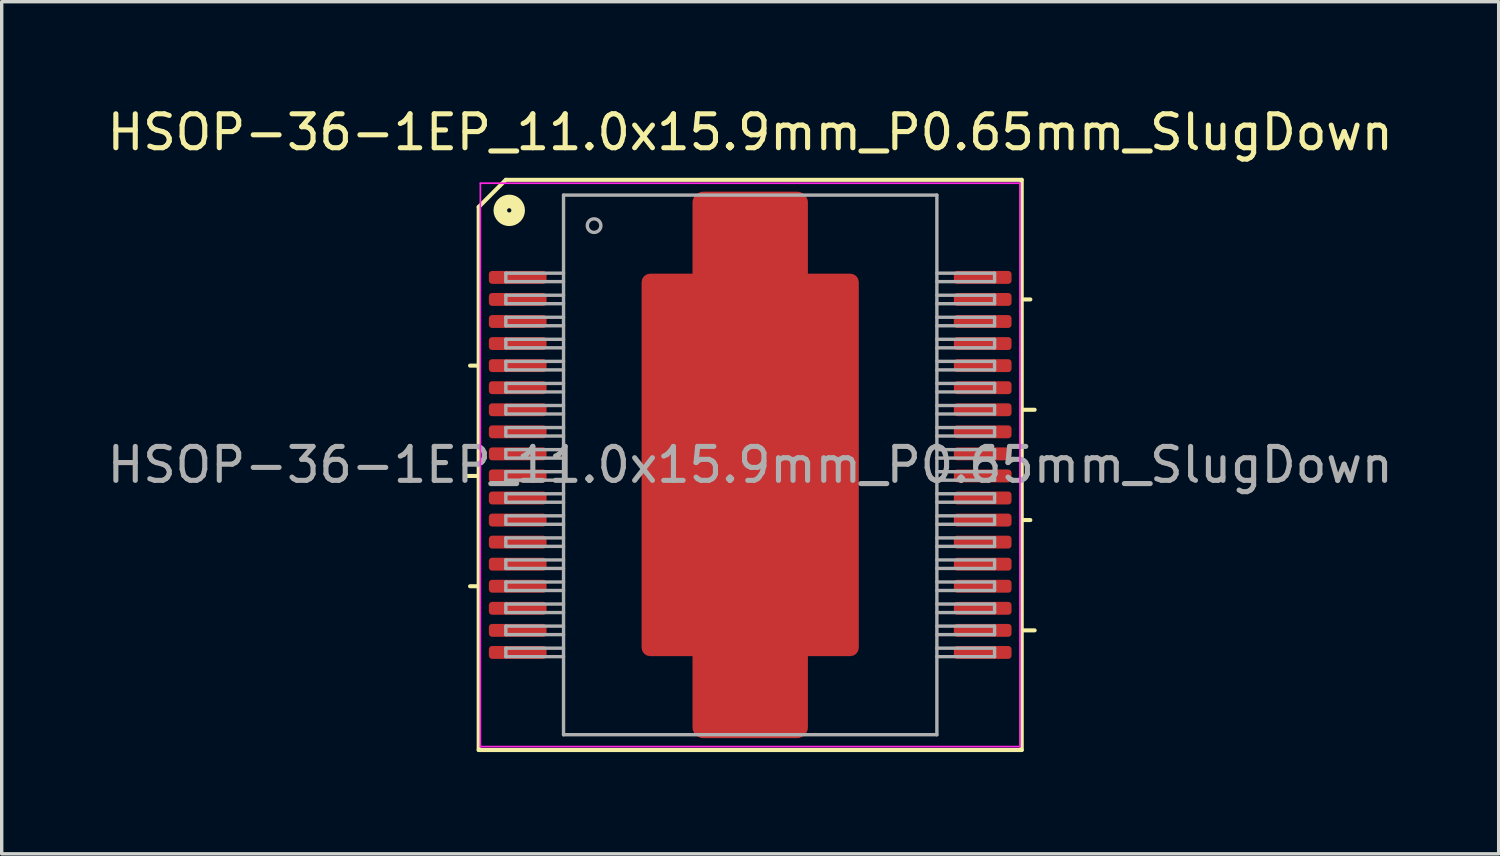
<source format=kicad_pcb>
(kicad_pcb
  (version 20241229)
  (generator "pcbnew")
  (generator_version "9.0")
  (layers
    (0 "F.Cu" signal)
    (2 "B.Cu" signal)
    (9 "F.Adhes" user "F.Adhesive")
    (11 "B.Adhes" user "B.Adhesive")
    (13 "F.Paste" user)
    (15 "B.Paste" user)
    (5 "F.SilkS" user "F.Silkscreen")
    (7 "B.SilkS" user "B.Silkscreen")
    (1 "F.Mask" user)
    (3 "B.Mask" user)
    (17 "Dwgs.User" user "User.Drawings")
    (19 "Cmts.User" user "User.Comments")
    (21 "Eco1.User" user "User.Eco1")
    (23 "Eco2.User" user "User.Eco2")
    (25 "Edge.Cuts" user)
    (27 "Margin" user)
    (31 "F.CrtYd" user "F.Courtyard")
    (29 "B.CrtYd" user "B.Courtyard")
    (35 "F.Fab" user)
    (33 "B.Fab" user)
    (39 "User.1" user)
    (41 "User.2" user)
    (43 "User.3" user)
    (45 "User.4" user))
  (footprint "HSOP-36-1EP_11.0x15.9mm_P0.65mm_SlugDown"
    (layer "F.Cu")
    (at 19.054 10.648)
    (property "Reference" "HSOP-36-1EP_11.0x15.9mm_P0.65mm_SlugDown" (at 0 -9.8 0) (layer "F.SilkS") (effects (font (size 1 1) (thickness 0.15))))
    (attr smd)
    (fp_line (start -8 -7.6) (end -8 8.4) (stroke (width 0.12) (type solid)) (layer "F.SilkS"))
    (fp_line (start -8 -7.6) (end -7.2 -8.4) (stroke (width 0.12) (type solid)) (layer "F.SilkS"))
    (fp_line (start -8 -2.925) (end -8.254 -2.925) (stroke (width 0.12) (type solid)) (layer "F.SilkS"))
    (fp_line (start -8 0.325) (end -8.381 0.325) (stroke (width 0.12) (type solid)) (layer "F.SilkS"))
    (fp_line (start -8 3.575) (end -8.254 3.575) (stroke (width 0.12) (type solid)) (layer "F.SilkS"))
    (fp_line (start -8 8.4) (end 8 8.4) (stroke (width 0.12) (type solid)) (layer "F.SilkS"))
    (fp_line (start 8 -8.4) (end -7.2 -8.4) (stroke (width 0.12) (type solid)) (layer "F.SilkS"))
    (fp_line (start 8 -4.875) (end 8.254 -4.875) (stroke (width 0.12) (type solid)) (layer "F.SilkS"))
    (fp_line (start 8 -1.625) (end 8.381 -1.625) (stroke (width 0.12) (type solid)) (layer "F.SilkS"))
    (fp_line (start 8 1.625) (end 8.254 1.625) (stroke (width 0.12) (type solid)) (layer "F.SilkS"))
    (fp_line (start 8 4.875) (end 8.381 4.875) (stroke (width 0.12) (type solid)) (layer "F.SilkS"))
    (fp_line (start 8 8.4) (end 8 -8.4) (stroke (width 0.12) (type solid)) (layer "F.SilkS"))
    (fp_circle (center -7.1 -7.5) (end -7.037 -7.5) (stroke (width 0.4) (type solid)) (fill no) (layer "F.SilkS"))
    (fp_line (start -7.95 -8.3) (end -7.95 8.3) (stroke (width 0.05) (type solid)) (layer "F.CrtYd"))
    (fp_line (start -7.95 -8.3) (end 7.95 -8.3) (stroke (width 0.05) (type solid)) (layer "F.CrtYd"))
    (fp_line (start 7.95 8.3) (end -7.95 8.3) (stroke (width 0.05) (type solid)) (layer "F.CrtYd"))
    (fp_line (start 7.95 8.3) (end 7.95 -8.3) (stroke (width 0.05) (type solid)) (layer "F.CrtYd"))
    (fp_line (start -7.2 -5.65) (end -7.2 -5.4) (stroke (width 0.1) (type solid)) (layer "F.Fab"))
    (fp_line (start -7.2 -5.65) (end -5.5 -5.65) (stroke (width 0.1) (type solid)) (layer "F.Fab"))
    (fp_line (start -7.2 -5.4) (end -5.5 -5.4) (stroke (width 0.1) (type solid)) (layer "F.Fab"))
    (fp_line (start -7.2 -5) (end -7.2 -4.75) (stroke (width 0.1) (type solid)) (layer "F.Fab"))
    (fp_line (start -7.2 -5) (end -5.5 -5) (stroke (width 0.1) (type solid)) (layer "F.Fab"))
    (fp_line (start -7.2 -4.75) (end -5.5 -4.75) (stroke (width 0.1) (type solid)) (layer "F.Fab"))
    (fp_line (start -7.2 -4.35) (end -7.2 -4.1) (stroke (width 0.1) (type solid)) (layer "F.Fab"))
    (fp_line (start -7.2 -4.35) (end -5.5 -4.35) (stroke (width 0.1) (type solid)) (layer "F.Fab"))
    (fp_line (start -7.2 -4.1) (end -5.5 -4.1) (stroke (width 0.1) (type solid)) (layer "F.Fab"))
    (fp_line (start -7.2 -3.7) (end -7.2 -3.45) (stroke (width 0.1) (type solid)) (layer "F.Fab"))
    (fp_line (start -7.2 -3.7) (end -5.5 -3.7) (stroke (width 0.1) (type solid)) (layer "F.Fab"))
    (fp_line (start -7.2 -3.45) (end -5.5 -3.45) (stroke (width 0.1) (type solid)) (layer "F.Fab"))
    (fp_line (start -7.2 -3.05) (end -7.2 -2.8) (stroke (width 0.1) (type solid)) (layer "F.Fab"))
    (fp_line (start -7.2 -3.05) (end -5.5 -3.05) (stroke (width 0.1) (type solid)) (layer "F.Fab"))
    (fp_line (start -7.2 -2.8) (end -5.5 -2.8) (stroke (width 0.1) (type solid)) (layer "F.Fab"))
    (fp_line (start -7.2 -2.4) (end -7.2 -2.15) (stroke (width 0.1) (type solid)) (layer "F.Fab"))
    (fp_line (start -7.2 -2.4) (end -5.5 -2.4) (stroke (width 0.1) (type solid)) (layer "F.Fab"))
    (fp_line (start -7.2 -2.15) (end -5.5 -2.15) (stroke (width 0.1) (type solid)) (layer "F.Fab"))
    (fp_line (start -7.2 -1.75) (end -7.2 -1.5) (stroke (width 0.1) (type solid)) (layer "F.Fab"))
    (fp_line (start -7.2 -1.75) (end -5.5 -1.75) (stroke (width 0.1) (type solid)) (layer "F.Fab"))
    (fp_line (start -7.2 -1.5) (end -5.5 -1.5) (stroke (width 0.1) (type solid)) (layer "F.Fab"))
    (fp_line (start -7.2 -1.1) (end -7.2 -0.85) (stroke (width 0.1) (type solid)) (layer "F.Fab"))
    (fp_line (start -7.2 -1.1) (end -5.5 -1.1) (stroke (width 0.1) (type solid)) (layer "F.Fab"))
    (fp_line (start -7.2 -0.85) (end -5.5 -0.85) (stroke (width 0.1) (type solid)) (layer "F.Fab"))
    (fp_line (start -7.2 -0.45) (end -7.2 -0.2) (stroke (width 0.1) (type solid)) (layer "F.Fab"))
    (fp_line (start -7.2 -0.45) (end -5.5 -0.45) (stroke (width 0.1) (type solid)) (layer "F.Fab"))
    (fp_line (start -7.2 -0.2) (end -5.5 -0.2) (stroke (width 0.1) (type solid)) (layer "F.Fab"))
    (fp_line (start -7.2 0.2) (end -7.2 0.45) (stroke (width 0.1) (type solid)) (layer "F.Fab"))
    (fp_line (start -7.2 0.2) (end -5.5 0.2) (stroke (width 0.1) (type solid)) (layer "F.Fab"))
    (fp_line (start -7.2 0.45) (end -5.5 0.45) (stroke (width 0.1) (type solid)) (layer "F.Fab"))
    (fp_line (start -7.2 0.85) (end -7.2 1.1) (stroke (width 0.1) (type solid)) (layer "F.Fab"))
    (fp_line (start -7.2 0.85) (end -5.5 0.85) (stroke (width 0.1) (type solid)) (layer "F.Fab"))
    (fp_line (start -7.2 1.1) (end -5.5 1.1) (stroke (width 0.1) (type solid)) (layer "F.Fab"))
    (fp_line (start -7.2 1.5) (end -7.2 1.75) (stroke (width 0.1) (type solid)) (layer "F.Fab"))
    (fp_line (start -7.2 1.5) (end -5.5 1.5) (stroke (width 0.1) (type solid)) (layer "F.Fab"))
    (fp_line (start -7.2 1.75) (end -5.5 1.75) (stroke (width 0.1) (type solid)) (layer "F.Fab"))
    (fp_line (start -7.2 2.15) (end -7.2 2.4) (stroke (width 0.1) (type solid)) (layer "F.Fab"))
    (fp_line (start -7.2 2.15) (end -5.5 2.15) (stroke (width 0.1) (type solid)) (layer "F.Fab"))
    (fp_line (start -7.2 2.4) (end -5.5 2.4) (stroke (width 0.1) (type solid)) (layer "F.Fab"))
    (fp_line (start -7.2 2.8) (end -7.2 3.05) (stroke (width 0.1) (type solid)) (layer "F.Fab"))
    (fp_line (start -7.2 2.8) (end -5.5 2.8) (stroke (width 0.1) (type solid)) (layer "F.Fab"))
    (fp_line (start -7.2 3.05) (end -5.5 3.05) (stroke (width 0.1) (type solid)) (layer "F.Fab"))
    (fp_line (start -7.2 3.45) (end -7.2 3.7) (stroke (width 0.1) (type solid)) (layer "F.Fab"))
    (fp_line (start -7.2 3.45) (end -5.5 3.45) (stroke (width 0.1) (type solid)) (layer "F.Fab"))
    (fp_line (start -7.2 3.7) (end -5.5 3.7) (stroke (width 0.1) (type solid)) (layer "F.Fab"))
    (fp_line (start -7.2 4.1) (end -7.2 4.35) (stroke (width 0.1) (type solid)) (layer "F.Fab"))
    (fp_line (start -7.2 4.1) (end -5.5 4.1) (stroke (width 0.1) (type solid)) (layer "F.Fab"))
    (fp_line (start -7.2 4.35) (end -5.5 4.35) (stroke (width 0.1) (type solid)) (layer "F.Fab"))
    (fp_line (start -7.2 4.75) (end -7.2 5) (stroke (width 0.1) (type solid)) (layer "F.Fab"))
    (fp_line (start -7.2 4.75) (end -5.5 4.75) (stroke (width 0.1) (type solid)) (layer "F.Fab"))
    (fp_line (start -7.2 5) (end -5.5 5) (stroke (width 0.1) (type solid)) (layer "F.Fab"))
    (fp_line (start -7.2 5.4) (end -7.2 5.65) (stroke (width 0.1) (type solid)) (layer "F.Fab"))
    (fp_line (start -7.2 5.4) (end -5.5 5.4) (stroke (width 0.1) (type solid)) (layer "F.Fab"))
    (fp_line (start -7.2 5.65) (end -5.5 5.65) (stroke (width 0.1) (type solid)) (layer "F.Fab"))
    (fp_line (start -5.5 -7.95) (end -5.5 7.95) (stroke (width 0.1) (type solid)) (layer "F.Fab"))
    (fp_line (start -5.5 7.95) (end 5.5 7.95) (stroke (width 0.1) (type solid)) (layer "F.Fab"))
    (fp_line (start 5.5 -7.95) (end -5.5 -7.95) (stroke (width 0.1) (type solid)) (layer "F.Fab"))
    (fp_line (start 5.5 7.95) (end 5.5 -7.95) (stroke (width 0.1) (type solid)) (layer "F.Fab"))
    (fp_line (start 7.2 -5.65) (end 5.5 -5.65) (stroke (width 0.1) (type solid)) (layer "F.Fab"))
    (fp_line (start 7.2 -5.4) (end 5.5 -5.4) (stroke (width 0.1) (type solid)) (layer "F.Fab"))
    (fp_line (start 7.2 -5.4) (end 7.2 -5.65) (stroke (width 0.1) (type solid)) (layer "F.Fab"))
    (fp_line (start 7.2 -5) (end 5.5 -5) (stroke (width 0.1) (type solid)) (layer "F.Fab"))
    (fp_line (start 7.2 -4.75) (end 5.5 -4.75) (stroke (width 0.1) (type solid)) (layer "F.Fab"))
    (fp_line (start 7.2 -4.75) (end 7.2 -5) (stroke (width 0.1) (type solid)) (layer "F.Fab"))
    (fp_line (start 7.2 -4.35) (end 5.5 -4.35) (stroke (width 0.1) (type solid)) (layer "F.Fab"))
    (fp_line (start 7.2 -4.1) (end 5.5 -4.1) (stroke (width 0.1) (type solid)) (layer "F.Fab"))
    (fp_line (start 7.2 -4.1) (end 7.2 -4.35) (stroke (width 0.1) (type solid)) (layer "F.Fab"))
    (fp_line (start 7.2 -3.7) (end 5.5 -3.7) (stroke (width 0.1) (type solid)) (layer "F.Fab"))
    (fp_line (start 7.2 -3.45) (end 5.5 -3.45) (stroke (width 0.1) (type solid)) (layer "F.Fab"))
    (fp_line (start 7.2 -3.45) (end 7.2 -3.7) (stroke (width 0.1) (type solid)) (layer "F.Fab"))
    (fp_line (start 7.2 -3.05) (end 5.5 -3.05) (stroke (width 0.1) (type solid)) (layer "F.Fab"))
    (fp_line (start 7.2 -2.8) (end 5.5 -2.8) (stroke (width 0.1) (type solid)) (layer "F.Fab"))
    (fp_line (start 7.2 -2.8) (end 7.2 -3.05) (stroke (width 0.1) (type solid)) (layer "F.Fab"))
    (fp_line (start 7.2 -2.4) (end 5.5 -2.4) (stroke (width 0.1) (type solid)) (layer "F.Fab"))
    (fp_line (start 7.2 -2.15) (end 5.5 -2.15) (stroke (width 0.1) (type solid)) (layer "F.Fab"))
    (fp_line (start 7.2 -2.15) (end 7.2 -2.4) (stroke (width 0.1) (type solid)) (layer "F.Fab"))
    (fp_line (start 7.2 -1.75) (end 5.5 -1.75) (stroke (width 0.1) (type solid)) (layer "F.Fab"))
    (fp_line (start 7.2 -1.5) (end 5.5 -1.5) (stroke (width 0.1) (type solid)) (layer "F.Fab"))
    (fp_line (start 7.2 -1.5) (end 7.2 -1.75) (stroke (width 0.1) (type solid)) (layer "F.Fab"))
    (fp_line (start 7.2 -1.1) (end 5.5 -1.1) (stroke (width 0.1) (type solid)) (layer "F.Fab"))
    (fp_line (start 7.2 -0.85) (end 5.5 -0.85) (stroke (width 0.1) (type solid)) (layer "F.Fab"))
    (fp_line (start 7.2 -0.85) (end 7.2 -1.1) (stroke (width 0.1) (type solid)) (layer "F.Fab"))
    (fp_line (start 7.2 -0.45) (end 5.5 -0.45) (stroke (width 0.1) (type solid)) (layer "F.Fab"))
    (fp_line (start 7.2 -0.2) (end 5.5 -0.2) (stroke (width 0.1) (type solid)) (layer "F.Fab"))
    (fp_line (start 7.2 -0.2) (end 7.2 -0.45) (stroke (width 0.1) (type solid)) (layer "F.Fab"))
    (fp_line (start 7.2 0.2) (end 5.5 0.2) (stroke (width 0.1) (type solid)) (layer "F.Fab"))
    (fp_line (start 7.2 0.45) (end 5.5 0.45) (stroke (width 0.1) (type solid)) (layer "F.Fab"))
    (fp_line (start 7.2 0.45) (end 7.2 0.2) (stroke (width 0.1) (type solid)) (layer "F.Fab"))
    (fp_line (start 7.2 0.85) (end 5.5 0.85) (stroke (width 0.1) (type solid)) (layer "F.Fab"))
    (fp_line (start 7.2 1.1) (end 5.5 1.1) (stroke (width 0.1) (type solid)) (layer "F.Fab"))
    (fp_line (start 7.2 1.1) (end 7.2 0.85) (stroke (width 0.1) (type solid)) (layer "F.Fab"))
    (fp_line (start 7.2 1.5) (end 5.5 1.5) (stroke (width 0.1) (type solid)) (layer "F.Fab"))
    (fp_line (start 7.2 1.75) (end 5.5 1.75) (stroke (width 0.1) (type solid)) (layer "F.Fab"))
    (fp_line (start 7.2 1.75) (end 7.2 1.5) (stroke (width 0.1) (type solid)) (layer "F.Fab"))
    (fp_line (start 7.2 2.15) (end 5.5 2.15) (stroke (width 0.1) (type solid)) (layer "F.Fab"))
    (fp_line (start 7.2 2.4) (end 5.5 2.4) (stroke (width 0.1) (type solid)) (layer "F.Fab"))
    (fp_line (start 7.2 2.4) (end 7.2 2.15) (stroke (width 0.1) (type solid)) (layer "F.Fab"))
    (fp_line (start 7.2 2.8) (end 5.5 2.8) (stroke (width 0.1) (type solid)) (layer "F.Fab"))
    (fp_line (start 7.2 3.05) (end 5.5 3.05) (stroke (width 0.1) (type solid)) (layer "F.Fab"))
    (fp_line (start 7.2 3.05) (end 7.2 2.8) (stroke (width 0.1) (type solid)) (layer "F.Fab"))
    (fp_line (start 7.2 3.45) (end 5.5 3.45) (stroke (width 0.1) (type solid)) (layer "F.Fab"))
    (fp_line (start 7.2 3.7) (end 5.5 3.7) (stroke (width 0.1) (type solid)) (layer "F.Fab"))
    (fp_line (start 7.2 3.7) (end 7.2 3.45) (stroke (width 0.1) (type solid)) (layer "F.Fab"))
    (fp_line (start 7.2 4.1) (end 5.5 4.1) (stroke (width 0.1) (type solid)) (layer "F.Fab"))
    (fp_line (start 7.2 4.35) (end 5.5 4.35) (stroke (width 0.1) (type solid)) (layer "F.Fab"))
    (fp_line (start 7.2 4.35) (end 7.2 4.1) (stroke (width 0.1) (type solid)) (layer "F.Fab"))
    (fp_line (start 7.2 4.75) (end 5.5 4.75) (stroke (width 0.1) (type solid)) (layer "F.Fab"))
    (fp_line (start 7.2 5) (end 5.5 5) (stroke (width 0.1) (type solid)) (layer "F.Fab"))
    (fp_line (start 7.2 5) (end 7.2 4.75) (stroke (width 0.1) (type solid)) (layer "F.Fab"))
    (fp_line (start 7.2 5.4) (end 5.5 5.4) (stroke (width 0.1) (type solid)) (layer "F.Fab"))
    (fp_line (start 7.2 5.65) (end 5.5 5.65) (stroke (width 0.1) (type solid)) (layer "F.Fab"))
    (fp_line (start 7.2 5.65) (end 7.2 5.4) (stroke (width 0.1) (type solid)) (layer "F.Fab"))
    (fp_circle (center -4.6 -7.05) (end -4.4 -7.05) (stroke (width 0.1) (type solid)) (fill no) (layer "F.Fab"))
    (fp_text user "${REFERENCE}" (at 0 0 0) (layer "F.Fab") (effects (font (size 1 1) (thickness 0.15))))
    (pad "" smd roundrect (at -2.4 -4.5) (size 1.3 1.5) (layers "F.Paste") (roundrect_rratio 0.167))
    (pad "" smd roundrect (at -2.4 -2.7) (size 1.3 1.5) (layers "F.Paste") (roundrect_rratio 0.167))
    (pad "" smd roundrect (at -2.4 -0.9) (size 1.3 1.5) (layers "F.Paste") (roundrect_rratio 0.167))
    (pad "" smd roundrect (at -2.4 0.9) (size 1.3 1.5) (layers "F.Paste") (roundrect_rratio 0.167))
    (pad "" smd roundrect (at -2.4 2.7) (size 1.3 1.5) (layers "F.Paste") (roundrect_rratio 0.167))
    (pad "" smd roundrect (at -2.4 4.5) (size 1.3 1.5) (layers "F.Paste") (roundrect_rratio 0.167))
    (pad "" smd roundrect (at -0.8 -7.6) (size 1.3 0.6) (layers "F.Paste") (roundrect_rratio 0.167))
    (pad "" smd roundrect (at -0.8 -6.3) (size 1.3 1.5) (layers "F.Paste") (roundrect_rratio 0.167))
    (pad "" smd roundrect (at -0.8 -4.5) (size 1.3 1.5) (layers "F.Paste") (roundrect_rratio 0.167))
    (pad "" smd roundrect (at -0.8 -2.7) (size 1.3 1.5) (layers "F.Paste") (roundrect_rratio 0.167))
    (pad "" smd roundrect (at -0.8 -0.9) (size 1.3 1.5) (layers "F.Paste") (roundrect_rratio 0.167))
    (pad "" smd roundrect (at -0.8 0.9) (size 1.3 1.5) (layers "F.Paste") (roundrect_rratio 0.167))
    (pad "" smd roundrect (at -0.8 2.7) (size 1.3 1.5) (layers "F.Paste") (roundrect_rratio 0.167))
    (pad "" smd roundrect (at -0.8 4.5) (size 1.3 1.5) (layers "F.Paste") (roundrect_rratio 0.167))
    (pad "" smd roundrect (at -0.8 6.3) (size 1.3 1.5) (layers "F.Paste") (roundrect_rratio 0.167))
    (pad "" smd roundrect (at -0.8 7.6) (size 1.3 0.6) (layers "F.Paste") (roundrect_rratio 0.167))
    (pad "" smd roundrect (at 0.8 -7.6) (size 1.3 0.6) (layers "F.Paste") (roundrect_rratio 0.167))
    (pad "" smd roundrect (at 0.8 -6.3) (size 1.3 1.5) (layers "F.Paste") (roundrect_rratio 0.167))
    (pad "" smd roundrect (at 0.8 -4.5) (size 1.3 1.5) (layers "F.Paste") (roundrect_rratio 0.167))
    (pad "" smd roundrect (at 0.8 -2.7) (size 1.3 1.5) (layers "F.Paste") (roundrect_rratio 0.167))
    (pad "" smd roundrect (at 0.8 -0.9) (size 1.3 1.5) (layers "F.Paste") (roundrect_rratio 0.167))
    (pad "" smd roundrect (at 0.8 0.9) (size 1.3 1.5) (layers "F.Paste") (roundrect_rratio 0.167))
    (pad "" smd roundrect (at 0.8 2.7) (size 1.3 1.5) (layers "F.Paste") (roundrect_rratio 0.167))
    (pad "" smd roundrect (at 0.8 4.5) (size 1.3 1.5) (layers "F.Paste") (roundrect_rratio 0.167))
    (pad "" smd roundrect (at 0.8 6.3) (size 1.3 1.5) (layers "F.Paste") (roundrect_rratio 0.167))
    (pad "" smd roundrect (at 0.8 7.6) (size 1.3 0.6) (layers "F.Paste") (roundrect_rratio 0.167))
    (pad "" smd roundrect (at 2.4 -4.5) (size 1.3 1.5) (layers "F.Paste") (roundrect_rratio 0.167))
    (pad "" smd roundrect (at 2.4 -2.7) (size 1.3 1.5) (layers "F.Paste") (roundrect_rratio 0.167))
    (pad "" smd roundrect (at 2.4 -0.9) (size 1.3 1.5) (layers "F.Paste") (roundrect_rratio 0.167))
    (pad "" smd roundrect (at 2.4 0.9) (size 1.3 1.5) (layers "F.Paste") (roundrect_rratio 0.167))
    (pad "" smd roundrect (at 2.4 2.7) (size 1.3 1.5) (layers "F.Paste") (roundrect_rratio 0.167))
    (pad "" smd roundrect (at 2.4 4.5) (size 1.3 1.5) (layers "F.Paste") (roundrect_rratio 0.167))
    (pad "1" smd roundrect (at -6.85 -5.525) (size 1.7 0.38) (layers "F.Cu" "F.Mask" "F.Paste") (roundrect_rratio 0.25))
    (pad "2" smd roundrect (at -6.85 -4.875) (size 1.7 0.38) (layers "F.Cu" "F.Mask" "F.Paste") (roundrect_rratio 0.25))
    (pad "3" smd roundrect (at -6.85 -4.225) (size 1.7 0.38) (layers "F.Cu" "F.Mask" "F.Paste") (roundrect_rratio 0.25))
    (pad "4" smd roundrect (at -6.85 -3.575) (size 1.7 0.38) (layers "F.Cu" "F.Mask" "F.Paste") (roundrect_rratio 0.25))
    (pad "5" smd roundrect (at -6.85 -2.925) (size 1.7 0.38) (layers "F.Cu" "F.Mask" "F.Paste") (roundrect_rratio 0.25))
    (pad "6" smd roundrect (at -6.85 -2.275) (size 1.7 0.38) (layers "F.Cu" "F.Mask" "F.Paste") (roundrect_rratio 0.25))
    (pad "7" smd roundrect (at -6.85 -1.625) (size 1.7 0.38) (layers "F.Cu" "F.Mask" "F.Paste") (roundrect_rratio 0.25))
    (pad "8" smd roundrect (at -6.85 -0.975) (size 1.7 0.38) (layers "F.Cu" "F.Mask" "F.Paste") (roundrect_rratio 0.25))
    (pad "9" smd roundrect (at -6.85 -0.325) (size 1.7 0.38) (layers "F.Cu" "F.Mask" "F.Paste") (roundrect_rratio 0.25))
    (pad "10" smd roundrect (at -6.85 0.325) (size 1.7 0.38) (layers "F.Cu" "F.Mask" "F.Paste") (roundrect_rratio 0.25))
    (pad "11" smd roundrect (at -6.85 0.975) (size 1.7 0.38) (layers "F.Cu" "F.Mask" "F.Paste") (roundrect_rratio 0.25))
    (pad "12" smd roundrect (at -6.85 1.625) (size 1.7 0.38) (layers "F.Cu" "F.Mask" "F.Paste") (roundrect_rratio 0.25))
    (pad "13" smd roundrect (at -6.85 2.275) (size 1.7 0.38) (layers "F.Cu" "F.Mask" "F.Paste") (roundrect_rratio 0.25))
    (pad "14" smd roundrect (at -6.85 2.925) (size 1.7 0.38) (layers "F.Cu" "F.Mask" "F.Paste") (roundrect_rratio 0.25))
    (pad "15" smd roundrect (at -6.85 3.575) (size 1.7 0.38) (layers "F.Cu" "F.Mask" "F.Paste") (roundrect_rratio 0.25))
    (pad "16" smd roundrect (at -6.85 4.225) (size 1.7 0.38) (layers "F.Cu" "F.Mask" "F.Paste") (roundrect_rratio 0.25))
    (pad "17" smd roundrect (at -6.85 4.875) (size 1.7 0.38) (layers "F.Cu" "F.Mask" "F.Paste") (roundrect_rratio 0.25))
    (pad "18" smd roundrect (at -6.85 5.525) (size 1.7 0.38) (layers "F.Cu" "F.Mask" "F.Paste") (roundrect_rratio 0.25))
    (pad "19" smd roundrect (at 6.85 5.525) (size 1.7 0.38) (layers "F.Cu" "F.Mask" "F.Paste") (roundrect_rratio 0.25))
    (pad "20" smd roundrect (at 6.85 4.875) (size 1.7 0.38) (layers "F.Cu" "F.Mask" "F.Paste") (roundrect_rratio 0.25))
    (pad "21" smd roundrect (at 6.85 4.225) (size 1.7 0.38) (layers "F.Cu" "F.Mask" "F.Paste") (roundrect_rratio 0.25))
    (pad "22" smd roundrect (at 6.85 3.575) (size 1.7 0.38) (layers "F.Cu" "F.Mask" "F.Paste") (roundrect_rratio 0.25))
    (pad "23" smd roundrect (at 6.85 2.925) (size 1.7 0.38) (layers "F.Cu" "F.Mask" "F.Paste") (roundrect_rratio 0.25))
    (pad "24" smd roundrect (at 6.85 2.275) (size 1.7 0.38) (layers "F.Cu" "F.Mask" "F.Paste") (roundrect_rratio 0.25))
    (pad "25" smd roundrect (at 6.85 1.625) (size 1.7 0.38) (layers "F.Cu" "F.Mask" "F.Paste") (roundrect_rratio 0.25))
    (pad "26" smd roundrect (at 6.85 0.975) (size 1.7 0.38) (layers "F.Cu" "F.Mask" "F.Paste") (roundrect_rratio 0.25))
    (pad "27" smd roundrect (at 6.85 0.325) (size 1.7 0.38) (layers "F.Cu" "F.Mask" "F.Paste") (roundrect_rratio 0.25))
    (pad "28" smd roundrect (at 6.85 -0.325) (size 1.7 0.38) (layers "F.Cu" "F.Mask" "F.Paste") (roundrect_rratio 0.25))
    (pad "29" smd roundrect (at 6.85 -0.975) (size 1.7 0.38) (layers "F.Cu" "F.Mask" "F.Paste") (roundrect_rratio 0.25))
    (pad "30" smd roundrect (at 6.85 -1.625) (size 1.7 0.38) (layers "F.Cu" "F.Mask" "F.Paste") (roundrect_rratio 0.25))
    (pad "31" smd roundrect (at 6.85 -2.275) (size 1.7 0.38) (layers "F.Cu" "F.Mask" "F.Paste") (roundrect_rratio 0.25))
    (pad "32" smd roundrect (at 6.85 -2.925) (size 1.7 0.38) (layers "F.Cu" "F.Mask" "F.Paste") (roundrect_rratio 0.25))
    (pad "33" smd roundrect (at 6.85 -3.575) (size 1.7 0.38) (layers "F.Cu" "F.Mask" "F.Paste") (roundrect_rratio 0.25))
    (pad "34" smd roundrect (at 6.85 -4.225) (size 1.7 0.38) (layers "F.Cu" "F.Mask" "F.Paste") (roundrect_rratio 0.25))
    (pad "35" smd roundrect (at 6.85 -4.875) (size 1.7 0.38) (layers "F.Cu" "F.Mask" "F.Paste") (roundrect_rratio 0.25))
    (pad "36" smd roundrect (at 6.85 -5.525) (size 1.7 0.38) (layers "F.Cu" "F.Mask" "F.Paste") (roundrect_rratio 0.25))
    (pad "37" smd roundrect (at 0 -6.55) (size 3.4 3) (layers "F.Cu" "F.Mask") (roundrect_rratio 0.104))
    (pad "37" smd roundrect (at 0 0) (size 6.4 11.27) (layers "F.Cu" "F.Mask") (roundrect_rratio 0.039))
    (pad "37" smd roundrect (at 0 6.55) (size 3.4 3) (layers "F.Cu" "F.Mask") (roundrect_rratio 0.104)))
  (gr_rect
    (start -3 -3)
    (end 41.107 22.108)
    (stroke (width 0.1) (type default))
    (fill no)
    (layer "Edge.Cuts")))
</source>
